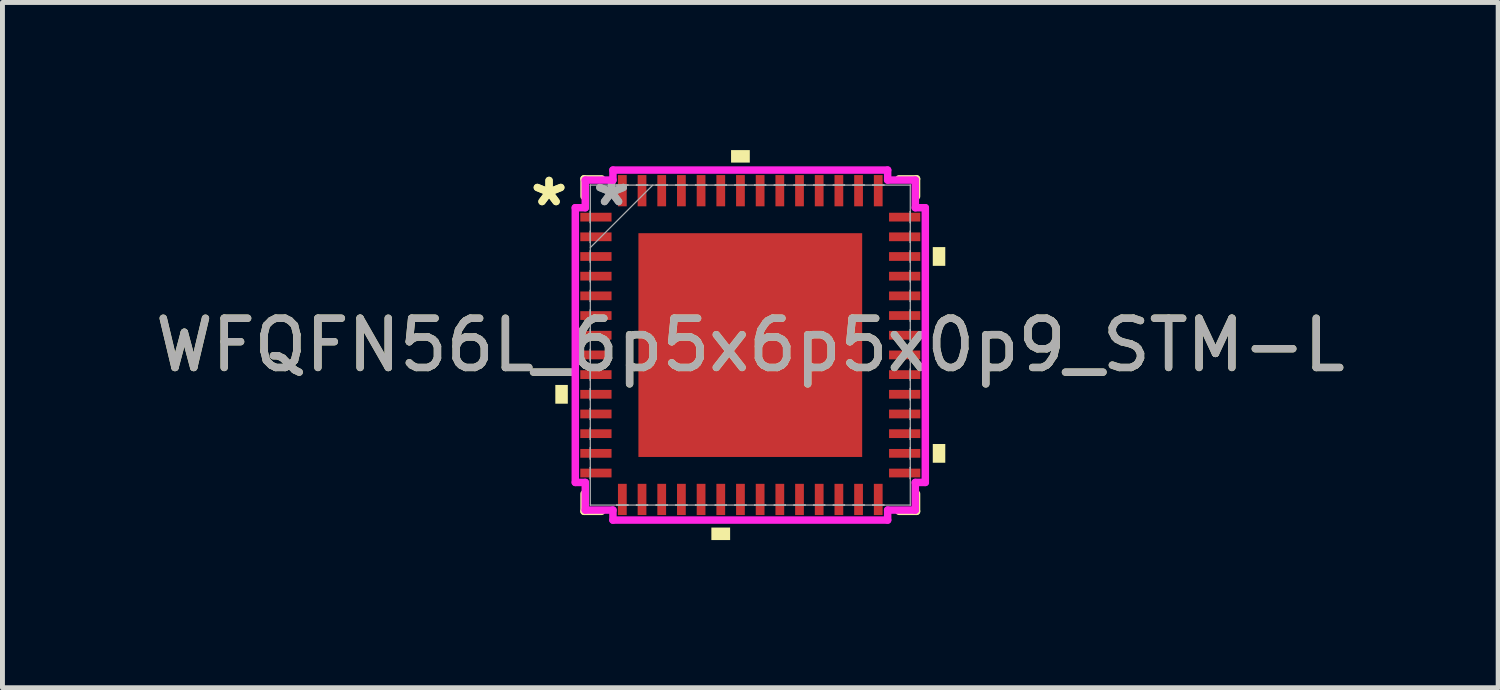
<source format=kicad_pcb>
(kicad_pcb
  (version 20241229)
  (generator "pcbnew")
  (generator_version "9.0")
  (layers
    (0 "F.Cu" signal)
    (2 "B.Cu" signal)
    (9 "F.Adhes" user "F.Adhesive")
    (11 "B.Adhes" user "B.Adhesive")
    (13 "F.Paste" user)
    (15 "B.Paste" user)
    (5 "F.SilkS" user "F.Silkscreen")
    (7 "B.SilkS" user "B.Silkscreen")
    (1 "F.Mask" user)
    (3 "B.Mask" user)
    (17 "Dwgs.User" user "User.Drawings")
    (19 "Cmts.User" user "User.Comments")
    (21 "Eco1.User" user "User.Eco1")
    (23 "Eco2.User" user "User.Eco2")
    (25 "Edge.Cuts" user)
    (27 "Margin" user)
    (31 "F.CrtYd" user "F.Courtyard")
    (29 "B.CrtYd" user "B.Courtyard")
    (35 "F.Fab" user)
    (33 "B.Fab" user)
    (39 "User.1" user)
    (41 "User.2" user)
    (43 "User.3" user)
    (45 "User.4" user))
  (footprint "WFQFN56L_6p5x6p5x0p9_STM-L"
    (layer "F.Cu")
    (at 12.196 3.962)
    (property "Reference" "WFQFN56L_6p5x6p5x0p9_STM-L" (at 0 0 0) (unlocked yes) (layer "F.SilkS") (effects (font (size 1 1) (thickness 0.15))))
    (attr smd)
    (fp_line (start -3.378 -3.378) (end -3.378 -3.022) (stroke (width 0.152) (type solid)) (layer "F.SilkS"))
    (fp_line (start -3.378 3.022) (end -3.378 3.378) (stroke (width 0.152) (type solid)) (layer "F.SilkS"))
    (fp_line (start -3.378 3.378) (end -3.022 3.378) (stroke (width 0.152) (type solid)) (layer "F.SilkS"))
    (fp_line (start -3.022 -3.378) (end -3.378 -3.378) (stroke (width 0.152) (type solid)) (layer "F.SilkS"))
    (fp_line (start 3.022 3.378) (end 3.378 3.378) (stroke (width 0.152) (type solid)) (layer "F.SilkS"))
    (fp_line (start 3.378 -3.378) (end 3.022 -3.378) (stroke (width 0.152) (type solid)) (layer "F.SilkS"))
    (fp_line (start 3.378 -3.022) (end 3.378 -3.378) (stroke (width 0.152) (type solid)) (layer "F.SilkS"))
    (fp_line (start 3.378 3.378) (end 3.378 3.022) (stroke (width 0.152) (type solid)) (layer "F.SilkS"))
    (fp_poly (pts (xy -3.962 0.81) (xy -3.962 1.191) (xy -3.708 1.191) (xy -3.708 0.81)) (stroke (width 0) (type solid)) (fill yes) (layer "F.SilkS"))
    (fp_poly (pts (xy -0.791 3.708) (xy -0.791 3.962) (xy -0.41 3.962) (xy -0.41 3.708)) (stroke (width 0) (type solid)) (fill yes) (layer "F.SilkS"))
    (fp_poly (pts (xy -0.391 -3.708) (xy -0.391 -3.962) (xy -0.01 -3.962) (xy -0.01 -3.708)) (stroke (width 0) (type solid)) (fill yes) (layer "F.SilkS"))
    (fp_poly (pts (xy 3.962 -1.991) (xy 3.962 -1.61) (xy 3.708 -1.61) (xy 3.708 -1.991)) (stroke (width 0) (type solid)) (fill yes) (layer "F.SilkS"))
    (fp_poly (pts (xy 3.962 2.01) (xy 3.962 2.391) (xy 3.708 2.391) (xy 3.708 2.01)) (stroke (width 0) (type solid)) (fill yes) (layer "F.SilkS"))
    (fp_poly (pts (xy -2.173 -2.173) (xy -2.173 -0.858) (xy -0.858 -0.858) (xy -0.858 -2.173)) (stroke (width 0) (type solid)) (fill yes) (layer "F.Paste"))
    (fp_poly (pts (xy -2.173 -0.658) (xy -2.173 0.658) (xy -0.858 0.658) (xy -0.858 -0.658)) (stroke (width 0) (type solid)) (fill yes) (layer "F.Paste"))
    (fp_poly (pts (xy -2.173 0.858) (xy -2.173 2.173) (xy -0.858 2.173) (xy -0.858 0.858)) (stroke (width 0) (type solid)) (fill yes) (layer "F.Paste"))
    (fp_poly (pts (xy -0.658 -2.173) (xy -0.658 -0.858) (xy 0.658 -0.858) (xy 0.658 -2.173)) (stroke (width 0) (type solid)) (fill yes) (layer "F.Paste"))
    (fp_poly (pts (xy -0.658 -0.658) (xy -0.658 0.658) (xy 0.658 0.658) (xy 0.658 -0.658)) (stroke (width 0) (type solid)) (fill yes) (layer "F.Paste"))
    (fp_poly (pts (xy -0.658 0.858) (xy -0.658 2.173) (xy 0.658 2.173) (xy 0.658 0.858)) (stroke (width 0) (type solid)) (fill yes) (layer "F.Paste"))
    (fp_poly (pts (xy 0.858 -2.173) (xy 0.858 -0.858) (xy 2.173 -0.858) (xy 2.173 -2.173)) (stroke (width 0) (type solid)) (fill yes) (layer "F.Paste"))
    (fp_poly (pts (xy 0.858 -0.658) (xy 0.858 0.658) (xy 2.173 0.658) (xy 2.173 -0.658)) (stroke (width 0) (type solid)) (fill yes) (layer "F.Paste"))
    (fp_poly (pts (xy 0.858 0.858) (xy 0.858 2.173) (xy 2.173 2.173) (xy 2.173 0.858)) (stroke (width 0) (type solid)) (fill yes) (layer "F.Paste"))
    (fp_line (start -3.556 -2.791) (end -3.353 -2.791) (stroke (width 0.152) (type solid)) (layer "F.CrtYd"))
    (fp_line (start -3.556 2.791) (end -3.556 -2.791) (stroke (width 0.152) (type solid)) (layer "F.CrtYd"))
    (fp_line (start -3.353 -3.353) (end -2.791 -3.353) (stroke (width 0.152) (type solid)) (layer "F.CrtYd"))
    (fp_line (start -3.353 -2.791) (end -3.353 -3.353) (stroke (width 0.152) (type solid)) (layer "F.CrtYd"))
    (fp_line (start -3.353 2.791) (end -3.556 2.791) (stroke (width 0.152) (type solid)) (layer "F.CrtYd"))
    (fp_line (start -3.353 3.353) (end -3.353 2.791) (stroke (width 0.152) (type solid)) (layer "F.CrtYd"))
    (fp_line (start -2.791 -3.556) (end 2.791 -3.556) (stroke (width 0.152) (type solid)) (layer "F.CrtYd"))
    (fp_line (start -2.791 -3.353) (end -2.791 -3.556) (stroke (width 0.152) (type solid)) (layer "F.CrtYd"))
    (fp_line (start -2.791 3.353) (end -3.353 3.353) (stroke (width 0.152) (type solid)) (layer "F.CrtYd"))
    (fp_line (start -2.791 3.556) (end -2.791 3.353) (stroke (width 0.152) (type solid)) (layer "F.CrtYd"))
    (fp_line (start 2.791 -3.556) (end 2.791 -3.353) (stroke (width 0.152) (type solid)) (layer "F.CrtYd"))
    (fp_line (start 2.791 -3.353) (end 3.353 -3.353) (stroke (width 0.152) (type solid)) (layer "F.CrtYd"))
    (fp_line (start 2.791 3.353) (end 2.791 3.556) (stroke (width 0.152) (type solid)) (layer "F.CrtYd"))
    (fp_line (start 2.791 3.556) (end -2.791 3.556) (stroke (width 0.152) (type solid)) (layer "F.CrtYd"))
    (fp_line (start 3.353 -3.353) (end 3.353 -2.791) (stroke (width 0.152) (type solid)) (layer "F.CrtYd"))
    (fp_line (start 3.353 -2.791) (end 3.556 -2.791) (stroke (width 0.152) (type solid)) (layer "F.CrtYd"))
    (fp_line (start 3.353 2.791) (end 3.353 3.353) (stroke (width 0.152) (type solid)) (layer "F.CrtYd"))
    (fp_line (start 3.353 3.353) (end 2.791 3.353) (stroke (width 0.152) (type solid)) (layer "F.CrtYd"))
    (fp_line (start 3.556 -2.791) (end 3.556 2.791) (stroke (width 0.152) (type solid)) (layer "F.CrtYd"))
    (fp_line (start 3.556 2.791) (end 3.353 2.791) (stroke (width 0.152) (type solid)) (layer "F.CrtYd"))
    (fp_line (start -3.251 -3.251) (end -3.251 -3.251) (stroke (width 0.025) (type solid)) (layer "F.Fab"))
    (fp_line (start -3.251 -3.251) (end -3.251 3.251) (stroke (width 0.025) (type solid)) (layer "F.Fab"))
    (fp_line (start -3.251 -2.715) (end -3.251 -2.715) (stroke (width 0.025) (type solid)) (layer "F.Fab"))
    (fp_line (start -3.251 -2.715) (end -3.251 -2.486) (stroke (width 0.025) (type solid)) (layer "F.Fab"))
    (fp_line (start -3.251 -2.486) (end -3.251 -2.715) (stroke (width 0.025) (type solid)) (layer "F.Fab"))
    (fp_line (start -3.251 -2.486) (end -3.251 -2.486) (stroke (width 0.025) (type solid)) (layer "F.Fab"))
    (fp_line (start -3.251 -2.315) (end -3.251 -2.315) (stroke (width 0.025) (type solid)) (layer "F.Fab"))
    (fp_line (start -3.251 -2.315) (end -3.251 -2.086) (stroke (width 0.025) (type solid)) (layer "F.Fab"))
    (fp_line (start -3.251 -2.086) (end -3.251 -2.315) (stroke (width 0.025) (type solid)) (layer "F.Fab"))
    (fp_line (start -3.251 -2.086) (end -3.251 -2.086) (stroke (width 0.025) (type solid)) (layer "F.Fab"))
    (fp_line (start -3.251 -1.981) (end -1.981 -3.251) (stroke (width 0.025) (type solid)) (layer "F.Fab"))
    (fp_line (start -3.251 -1.915) (end -3.251 -1.915) (stroke (width 0.025) (type solid)) (layer "F.Fab"))
    (fp_line (start -3.251 -1.915) (end -3.251 -1.686) (stroke (width 0.025) (type solid)) (layer "F.Fab"))
    (fp_line (start -3.251 -1.686) (end -3.251 -1.915) (stroke (width 0.025) (type solid)) (layer "F.Fab"))
    (fp_line (start -3.251 -1.686) (end -3.251 -1.686) (stroke (width 0.025) (type solid)) (layer "F.Fab"))
    (fp_line (start -3.251 -1.514) (end -3.251 -1.514) (stroke (width 0.025) (type solid)) (layer "F.Fab"))
    (fp_line (start -3.251 -1.514) (end -3.251 -1.286) (stroke (width 0.025) (type solid)) (layer "F.Fab"))
    (fp_line (start -3.251 -1.286) (end -3.251 -1.514) (stroke (width 0.025) (type solid)) (layer "F.Fab"))
    (fp_line (start -3.251 -1.286) (end -3.251 -1.286) (stroke (width 0.025) (type solid)) (layer "F.Fab"))
    (fp_line (start -3.251 -1.114) (end -3.251 -1.114) (stroke (width 0.025) (type solid)) (layer "F.Fab"))
    (fp_line (start -3.251 -1.114) (end -3.251 -0.886) (stroke (width 0.025) (type solid)) (layer "F.Fab"))
    (fp_line (start -3.251 -0.886) (end -3.251 -1.114) (stroke (width 0.025) (type solid)) (layer "F.Fab"))
    (fp_line (start -3.251 -0.886) (end -3.251 -0.886) (stroke (width 0.025) (type solid)) (layer "F.Fab"))
    (fp_line (start -3.251 -0.714) (end -3.251 -0.714) (stroke (width 0.025) (type solid)) (layer "F.Fab"))
    (fp_line (start -3.251 -0.714) (end -3.251 -0.486) (stroke (width 0.025) (type solid)) (layer "F.Fab"))
    (fp_line (start -3.251 -0.486) (end -3.251 -0.714) (stroke (width 0.025) (type solid)) (layer "F.Fab"))
    (fp_line (start -3.251 -0.486) (end -3.251 -0.486) (stroke (width 0.025) (type solid)) (layer "F.Fab"))
    (fp_line (start -3.251 -0.314) (end -3.251 -0.314) (stroke (width 0.025) (type solid)) (layer "F.Fab"))
    (fp_line (start -3.251 -0.314) (end -3.251 -0.086) (stroke (width 0.025) (type solid)) (layer "F.Fab"))
    (fp_line (start -3.251 -0.086) (end -3.251 -0.314) (stroke (width 0.025) (type solid)) (layer "F.Fab"))
    (fp_line (start -3.251 -0.086) (end -3.251 -0.086) (stroke (width 0.025) (type solid)) (layer "F.Fab"))
    (fp_line (start -3.251 0.086) (end -3.251 0.086) (stroke (width 0.025) (type solid)) (layer "F.Fab"))
    (fp_line (start -3.251 0.086) (end -3.251 0.314) (stroke (width 0.025) (type solid)) (layer "F.Fab"))
    (fp_line (start -3.251 0.314) (end -3.251 0.086) (stroke (width 0.025) (type solid)) (layer "F.Fab"))
    (fp_line (start -3.251 0.314) (end -3.251 0.314) (stroke (width 0.025) (type solid)) (layer "F.Fab"))
    (fp_line (start -3.251 0.486) (end -3.251 0.486) (stroke (width 0.025) (type solid)) (layer "F.Fab"))
    (fp_line (start -3.251 0.486) (end -3.251 0.714) (stroke (width 0.025) (type solid)) (layer "F.Fab"))
    (fp_line (start -3.251 0.714) (end -3.251 0.486) (stroke (width 0.025) (type solid)) (layer "F.Fab"))
    (fp_line (start -3.251 0.714) (end -3.251 0.714) (stroke (width 0.025) (type solid)) (layer "F.Fab"))
    (fp_line (start -3.251 0.886) (end -3.251 0.886) (stroke (width 0.025) (type solid)) (layer "F.Fab"))
    (fp_line (start -3.251 0.886) (end -3.251 1.114) (stroke (width 0.025) (type solid)) (layer "F.Fab"))
    (fp_line (start -3.251 1.114) (end -3.251 0.886) (stroke (width 0.025) (type solid)) (layer "F.Fab"))
    (fp_line (start -3.251 1.114) (end -3.251 1.114) (stroke (width 0.025) (type solid)) (layer "F.Fab"))
    (fp_line (start -3.251 1.286) (end -3.251 1.286) (stroke (width 0.025) (type solid)) (layer "F.Fab"))
    (fp_line (start -3.251 1.286) (end -3.251 1.514) (stroke (width 0.025) (type solid)) (layer "F.Fab"))
    (fp_line (start -3.251 1.514) (end -3.251 1.286) (stroke (width 0.025) (type solid)) (layer "F.Fab"))
    (fp_line (start -3.251 1.514) (end -3.251 1.514) (stroke (width 0.025) (type solid)) (layer "F.Fab"))
    (fp_line (start -3.251 1.686) (end -3.251 1.686) (stroke (width 0.025) (type solid)) (layer "F.Fab"))
    (fp_line (start -3.251 1.686) (end -3.251 1.915) (stroke (width 0.025) (type solid)) (layer "F.Fab"))
    (fp_line (start -3.251 1.915) (end -3.251 1.686) (stroke (width 0.025) (type solid)) (layer "F.Fab"))
    (fp_line (start -3.251 1.915) (end -3.251 1.915) (stroke (width 0.025) (type solid)) (layer "F.Fab"))
    (fp_line (start -3.251 2.086) (end -3.251 2.086) (stroke (width 0.025) (type solid)) (layer "F.Fab"))
    (fp_line (start -3.251 2.086) (end -3.251 2.315) (stroke (width 0.025) (type solid)) (layer "F.Fab"))
    (fp_line (start -3.251 2.315) (end -3.251 2.086) (stroke (width 0.025) (type solid)) (layer "F.Fab"))
    (fp_line (start -3.251 2.315) (end -3.251 2.315) (stroke (width 0.025) (type solid)) (layer "F.Fab"))
    (fp_line (start -3.251 2.486) (end -3.251 2.486) (stroke (width 0.025) (type solid)) (layer "F.Fab"))
    (fp_line (start -3.251 2.486) (end -3.251 2.715) (stroke (width 0.025) (type solid)) (layer "F.Fab"))
    (fp_line (start -3.251 2.715) (end -3.251 2.486) (stroke (width 0.025) (type solid)) (layer "F.Fab"))
    (fp_line (start -3.251 2.715) (end -3.251 2.715) (stroke (width 0.025) (type solid)) (layer "F.Fab"))
    (fp_line (start -3.251 3.251) (end -3.251 3.251) (stroke (width 0.025) (type solid)) (layer "F.Fab"))
    (fp_line (start -3.251 3.251) (end 3.251 3.251) (stroke (width 0.025) (type solid)) (layer "F.Fab"))
    (fp_line (start -2.715 -3.251) (end -2.715 -3.251) (stroke (width 0.025) (type solid)) (layer "F.Fab"))
    (fp_line (start -2.715 -3.251) (end -2.486 -3.251) (stroke (width 0.025) (type solid)) (layer "F.Fab"))
    (fp_line (start -2.715 3.251) (end -2.715 3.251) (stroke (width 0.025) (type solid)) (layer "F.Fab"))
    (fp_line (start -2.715 3.251) (end -2.486 3.251) (stroke (width 0.025) (type solid)) (layer "F.Fab"))
    (fp_line (start -2.486 -3.251) (end -2.715 -3.251) (stroke (width 0.025) (type solid)) (layer "F.Fab"))
    (fp_line (start -2.486 -3.251) (end -2.486 -3.251) (stroke (width 0.025) (type solid)) (layer "F.Fab"))
    (fp_line (start -2.486 3.251) (end -2.715 3.251) (stroke (width 0.025) (type solid)) (layer "F.Fab"))
    (fp_line (start -2.486 3.251) (end -2.486 3.251) (stroke (width 0.025) (type solid)) (layer "F.Fab"))
    (fp_line (start -2.315 -3.251) (end -2.315 -3.251) (stroke (width 0.025) (type solid)) (layer "F.Fab"))
    (fp_line (start -2.315 -3.251) (end -2.086 -3.251) (stroke (width 0.025) (type solid)) (layer "F.Fab"))
    (fp_line (start -2.315 3.251) (end -2.315 3.251) (stroke (width 0.025) (type solid)) (layer "F.Fab"))
    (fp_line (start -2.315 3.251) (end -2.086 3.251) (stroke (width 0.025) (type solid)) (layer "F.Fab"))
    (fp_line (start -2.086 -3.251) (end -2.315 -3.251) (stroke (width 0.025) (type solid)) (layer "F.Fab"))
    (fp_line (start -2.086 -3.251) (end -2.086 -3.251) (stroke (width 0.025) (type solid)) (layer "F.Fab"))
    (fp_line (start -2.086 3.251) (end -2.315 3.251) (stroke (width 0.025) (type solid)) (layer "F.Fab"))
    (fp_line (start -2.086 3.251) (end -2.086 3.251) (stroke (width 0.025) (type solid)) (layer "F.Fab"))
    (fp_line (start -1.915 -3.251) (end -1.915 -3.251) (stroke (width 0.025) (type solid)) (layer "F.Fab"))
    (fp_line (start -1.915 -3.251) (end -1.686 -3.251) (stroke (width 0.025) (type solid)) (layer "F.Fab"))
    (fp_line (start -1.915 3.251) (end -1.915 3.251) (stroke (width 0.025) (type solid)) (layer "F.Fab"))
    (fp_line (start -1.915 3.251) (end -1.686 3.251) (stroke (width 0.025) (type solid)) (layer "F.Fab"))
    (fp_line (start -1.686 -3.251) (end -1.915 -3.251) (stroke (width 0.025) (type solid)) (layer "F.Fab"))
    (fp_line (start -1.686 -3.251) (end -1.686 -3.251) (stroke (width 0.025) (type solid)) (layer "F.Fab"))
    (fp_line (start -1.686 3.251) (end -1.915 3.251) (stroke (width 0.025) (type solid)) (layer "F.Fab"))
    (fp_line (start -1.686 3.251) (end -1.686 3.251) (stroke (width 0.025) (type solid)) (layer "F.Fab"))
    (fp_line (start -1.514 -3.251) (end -1.514 -3.251) (stroke (width 0.025) (type solid)) (layer "F.Fab"))
    (fp_line (start -1.514 -3.251) (end -1.286 -3.251) (stroke (width 0.025) (type solid)) (layer "F.Fab"))
    (fp_line (start -1.514 3.251) (end -1.514 3.251) (stroke (width 0.025) (type solid)) (layer "F.Fab"))
    (fp_line (start -1.514 3.251) (end -1.286 3.251) (stroke (width 0.025) (type solid)) (layer "F.Fab"))
    (fp_line (start -1.286 -3.251) (end -1.514 -3.251) (stroke (width 0.025) (type solid)) (layer "F.Fab"))
    (fp_line (start -1.286 -3.251) (end -1.286 -3.251) (stroke (width 0.025) (type solid)) (layer "F.Fab"))
    (fp_line (start -1.286 3.251) (end -1.514 3.251) (stroke (width 0.025) (type solid)) (layer "F.Fab"))
    (fp_line (start -1.286 3.251) (end -1.286 3.251) (stroke (width 0.025) (type solid)) (layer "F.Fab"))
    (fp_line (start -1.114 -3.251) (end -1.114 -3.251) (stroke (width 0.025) (type solid)) (layer "F.Fab"))
    (fp_line (start -1.114 -3.251) (end -0.886 -3.251) (stroke (width 0.025) (type solid)) (layer "F.Fab"))
    (fp_line (start -1.114 3.251) (end -1.114 3.251) (stroke (width 0.025) (type solid)) (layer "F.Fab"))
    (fp_line (start -1.114 3.251) (end -0.886 3.251) (stroke (width 0.025) (type solid)) (layer "F.Fab"))
    (fp_line (start -0.886 -3.251) (end -1.114 -3.251) (stroke (width 0.025) (type solid)) (layer "F.Fab"))
    (fp_line (start -0.886 -3.251) (end -0.886 -3.251) (stroke (width 0.025) (type solid)) (layer "F.Fab"))
    (fp_line (start -0.886 3.251) (end -1.114 3.251) (stroke (width 0.025) (type solid)) (layer "F.Fab"))
    (fp_line (start -0.886 3.251) (end -0.886 3.251) (stroke (width 0.025) (type solid)) (layer "F.Fab"))
    (fp_line (start -0.714 -3.251) (end -0.714 -3.251) (stroke (width 0.025) (type solid)) (layer "F.Fab"))
    (fp_line (start -0.714 -3.251) (end -0.486 -3.251) (stroke (width 0.025) (type solid)) (layer "F.Fab"))
    (fp_line (start -0.714 3.251) (end -0.714 3.251) (stroke (width 0.025) (type solid)) (layer "F.Fab"))
    (fp_line (start -0.714 3.251) (end -0.486 3.251) (stroke (width 0.025) (type solid)) (layer "F.Fab"))
    (fp_line (start -0.486 -3.251) (end -0.714 -3.251) (stroke (width 0.025) (type solid)) (layer "F.Fab"))
    (fp_line (start -0.486 -3.251) (end -0.486 -3.251) (stroke (width 0.025) (type solid)) (layer "F.Fab"))
    (fp_line (start -0.486 3.251) (end -0.714 3.251) (stroke (width 0.025) (type solid)) (layer "F.Fab"))
    (fp_line (start -0.486 3.251) (end -0.486 3.251) (stroke (width 0.025) (type solid)) (layer "F.Fab"))
    (fp_line (start -0.314 -3.251) (end -0.314 -3.251) (stroke (width 0.025) (type solid)) (layer "F.Fab"))
    (fp_line (start -0.314 -3.251) (end -0.086 -3.251) (stroke (width 0.025) (type solid)) (layer "F.Fab"))
    (fp_line (start -0.314 3.251) (end -0.314 3.251) (stroke (width 0.025) (type solid)) (layer "F.Fab"))
    (fp_line (start -0.314 3.251) (end -0.086 3.251) (stroke (width 0.025) (type solid)) (layer "F.Fab"))
    (fp_line (start -0.086 -3.251) (end -0.314 -3.251) (stroke (width 0.025) (type solid)) (layer "F.Fab"))
    (fp_line (start -0.086 -3.251) (end -0.086 -3.251) (stroke (width 0.025) (type solid)) (layer "F.Fab"))
    (fp_line (start -0.086 3.251) (end -0.314 3.251) (stroke (width 0.025) (type solid)) (layer "F.Fab"))
    (fp_line (start -0.086 3.251) (end -0.086 3.251) (stroke (width 0.025) (type solid)) (layer "F.Fab"))
    (fp_line (start 0.086 -3.251) (end 0.086 -3.251) (stroke (width 0.025) (type solid)) (layer "F.Fab"))
    (fp_line (start 0.086 -3.251) (end 0.314 -3.251) (stroke (width 0.025) (type solid)) (layer "F.Fab"))
    (fp_line (start 0.086 3.251) (end 0.086 3.251) (stroke (width 0.025) (type solid)) (layer "F.Fab"))
    (fp_line (start 0.086 3.251) (end 0.314 3.251) (stroke (width 0.025) (type solid)) (layer "F.Fab"))
    (fp_line (start 0.314 -3.251) (end 0.086 -3.251) (stroke (width 0.025) (type solid)) (layer "F.Fab"))
    (fp_line (start 0.314 -3.251) (end 0.314 -3.251) (stroke (width 0.025) (type solid)) (layer "F.Fab"))
    (fp_line (start 0.314 3.251) (end 0.086 3.251) (stroke (width 0.025) (type solid)) (layer "F.Fab"))
    (fp_line (start 0.314 3.251) (end 0.314 3.251) (stroke (width 0.025) (type solid)) (layer "F.Fab"))
    (fp_line (start 0.486 -3.251) (end 0.486 -3.251) (stroke (width 0.025) (type solid)) (layer "F.Fab"))
    (fp_line (start 0.486 -3.251) (end 0.714 -3.251) (stroke (width 0.025) (type solid)) (layer "F.Fab"))
    (fp_line (start 0.486 3.251) (end 0.486 3.251) (stroke (width 0.025) (type solid)) (layer "F.Fab"))
    (fp_line (start 0.486 3.251) (end 0.714 3.251) (stroke (width 0.025) (type solid)) (layer "F.Fab"))
    (fp_line (start 0.714 -3.251) (end 0.486 -3.251) (stroke (width 0.025) (type solid)) (layer "F.Fab"))
    (fp_line (start 0.714 -3.251) (end 0.714 -3.251) (stroke (width 0.025) (type solid)) (layer "F.Fab"))
    (fp_line (start 0.714 3.251) (end 0.486 3.251) (stroke (width 0.025) (type solid)) (layer "F.Fab"))
    (fp_line (start 0.714 3.251) (end 0.714 3.251) (stroke (width 0.025) (type solid)) (layer "F.Fab"))
    (fp_line (start 0.886 -3.251) (end 0.886 -3.251) (stroke (width 0.025) (type solid)) (layer "F.Fab"))
    (fp_line (start 0.886 -3.251) (end 1.114 -3.251) (stroke (width 0.025) (type solid)) (layer "F.Fab"))
    (fp_line (start 0.886 3.251) (end 0.886 3.251) (stroke (width 0.025) (type solid)) (layer "F.Fab"))
    (fp_line (start 0.886 3.251) (end 1.114 3.251) (stroke (width 0.025) (type solid)) (layer "F.Fab"))
    (fp_line (start 1.114 -3.251) (end 0.886 -3.251) (stroke (width 0.025) (type solid)) (layer "F.Fab"))
    (fp_line (start 1.114 -3.251) (end 1.114 -3.251) (stroke (width 0.025) (type solid)) (layer "F.Fab"))
    (fp_line (start 1.114 3.251) (end 0.886 3.251) (stroke (width 0.025) (type solid)) (layer "F.Fab"))
    (fp_line (start 1.114 3.251) (end 1.114 3.251) (stroke (width 0.025) (type solid)) (layer "F.Fab"))
    (fp_line (start 1.286 -3.251) (end 1.286 -3.251) (stroke (width 0.025) (type solid)) (layer "F.Fab"))
    (fp_line (start 1.286 -3.251) (end 1.514 -3.251) (stroke (width 0.025) (type solid)) (layer "F.Fab"))
    (fp_line (start 1.286 3.251) (end 1.286 3.251) (stroke (width 0.025) (type solid)) (layer "F.Fab"))
    (fp_line (start 1.286 3.251) (end 1.514 3.251) (stroke (width 0.025) (type solid)) (layer "F.Fab"))
    (fp_line (start 1.514 -3.251) (end 1.286 -3.251) (stroke (width 0.025) (type solid)) (layer "F.Fab"))
    (fp_line (start 1.514 -3.251) (end 1.514 -3.251) (stroke (width 0.025) (type solid)) (layer "F.Fab"))
    (fp_line (start 1.514 3.251) (end 1.286 3.251) (stroke (width 0.025) (type solid)) (layer "F.Fab"))
    (fp_line (start 1.514 3.251) (end 1.514 3.251) (stroke (width 0.025) (type solid)) (layer "F.Fab"))
    (fp_line (start 1.686 -3.251) (end 1.686 -3.251) (stroke (width 0.025) (type solid)) (layer "F.Fab"))
    (fp_line (start 1.686 -3.251) (end 1.915 -3.251) (stroke (width 0.025) (type solid)) (layer "F.Fab"))
    (fp_line (start 1.686 3.251) (end 1.686 3.251) (stroke (width 0.025) (type solid)) (layer "F.Fab"))
    (fp_line (start 1.686 3.251) (end 1.915 3.251) (stroke (width 0.025) (type solid)) (layer "F.Fab"))
    (fp_line (start 1.915 -3.251) (end 1.686 -3.251) (stroke (width 0.025) (type solid)) (layer "F.Fab"))
    (fp_line (start 1.915 -3.251) (end 1.915 -3.251) (stroke (width 0.025) (type solid)) (layer "F.Fab"))
    (fp_line (start 1.915 3.251) (end 1.686 3.251) (stroke (width 0.025) (type solid)) (layer "F.Fab"))
    (fp_line (start 1.915 3.251) (end 1.915 3.251) (stroke (width 0.025) (type solid)) (layer "F.Fab"))
    (fp_line (start 2.086 -3.251) (end 2.086 -3.251) (stroke (width 0.025) (type solid)) (layer "F.Fab"))
    (fp_line (start 2.086 -3.251) (end 2.315 -3.251) (stroke (width 0.025) (type solid)) (layer "F.Fab"))
    (fp_line (start 2.086 3.251) (end 2.086 3.251) (stroke (width 0.025) (type solid)) (layer "F.Fab"))
    (fp_line (start 2.086 3.251) (end 2.315 3.251) (stroke (width 0.025) (type solid)) (layer "F.Fab"))
    (fp_line (start 2.315 -3.251) (end 2.086 -3.251) (stroke (width 0.025) (type solid)) (layer "F.Fab"))
    (fp_line (start 2.315 -3.251) (end 2.315 -3.251) (stroke (width 0.025) (type solid)) (layer "F.Fab"))
    (fp_line (start 2.315 3.251) (end 2.086 3.251) (stroke (width 0.025) (type solid)) (layer "F.Fab"))
    (fp_line (start 2.315 3.251) (end 2.315 3.251) (stroke (width 0.025) (type solid)) (layer "F.Fab"))
    (fp_line (start 2.486 -3.251) (end 2.486 -3.251) (stroke (width 0.025) (type solid)) (layer "F.Fab"))
    (fp_line (start 2.486 -3.251) (end 2.715 -3.251) (stroke (width 0.025) (type solid)) (layer "F.Fab"))
    (fp_line (start 2.486 3.251) (end 2.486 3.251) (stroke (width 0.025) (type solid)) (layer "F.Fab"))
    (fp_line (start 2.486 3.251) (end 2.715 3.251) (stroke (width 0.025) (type solid)) (layer "F.Fab"))
    (fp_line (start 2.715 -3.251) (end 2.486 -3.251) (stroke (width 0.025) (type solid)) (layer "F.Fab"))
    (fp_line (start 2.715 -3.251) (end 2.715 -3.251) (stroke (width 0.025) (type solid)) (layer "F.Fab"))
    (fp_line (start 2.715 3.251) (end 2.486 3.251) (stroke (width 0.025) (type solid)) (layer "F.Fab"))
    (fp_line (start 2.715 3.251) (end 2.715 3.251) (stroke (width 0.025) (type solid)) (layer "F.Fab"))
    (fp_line (start 3.251 -3.251) (end -3.251 -3.251) (stroke (width 0.025) (type solid)) (layer "F.Fab"))
    (fp_line (start 3.251 -3.251) (end 3.251 -3.251) (stroke (width 0.025) (type solid)) (layer "F.Fab"))
    (fp_line (start 3.251 -2.715) (end 3.251 -2.715) (stroke (width 0.025) (type solid)) (layer "F.Fab"))
    (fp_line (start 3.251 -2.715) (end 3.251 -2.486) (stroke (width 0.025) (type solid)) (layer "F.Fab"))
    (fp_line (start 3.251 -2.486) (end 3.251 -2.715) (stroke (width 0.025) (type solid)) (layer "F.Fab"))
    (fp_line (start 3.251 -2.486) (end 3.251 -2.486) (stroke (width 0.025) (type solid)) (layer "F.Fab"))
    (fp_line (start 3.251 -2.315) (end 3.251 -2.315) (stroke (width 0.025) (type solid)) (layer "F.Fab"))
    (fp_line (start 3.251 -2.315) (end 3.251 -2.086) (stroke (width 0.025) (type solid)) (layer "F.Fab"))
    (fp_line (start 3.251 -2.086) (end 3.251 -2.315) (stroke (width 0.025) (type solid)) (layer "F.Fab"))
    (fp_line (start 3.251 -2.086) (end 3.251 -2.086) (stroke (width 0.025) (type solid)) (layer "F.Fab"))
    (fp_line (start 3.251 -1.915) (end 3.251 -1.915) (stroke (width 0.025) (type solid)) (layer "F.Fab"))
    (fp_line (start 3.251 -1.915) (end 3.251 -1.686) (stroke (width 0.025) (type solid)) (layer "F.Fab"))
    (fp_line (start 3.251 -1.686) (end 3.251 -1.915) (stroke (width 0.025) (type solid)) (layer "F.Fab"))
    (fp_line (start 3.251 -1.686) (end 3.251 -1.686) (stroke (width 0.025) (type solid)) (layer "F.Fab"))
    (fp_line (start 3.251 -1.514) (end 3.251 -1.514) (stroke (width 0.025) (type solid)) (layer "F.Fab"))
    (fp_line (start 3.251 -1.514) (end 3.251 -1.286) (stroke (width 0.025) (type solid)) (layer "F.Fab"))
    (fp_line (start 3.251 -1.286) (end 3.251 -1.514) (stroke (width 0.025) (type solid)) (layer "F.Fab"))
    (fp_line (start 3.251 -1.286) (end 3.251 -1.286) (stroke (width 0.025) (type solid)) (layer "F.Fab"))
    (fp_line (start 3.251 -1.114) (end 3.251 -1.114) (stroke (width 0.025) (type solid)) (layer "F.Fab"))
    (fp_line (start 3.251 -1.114) (end 3.251 -0.886) (stroke (width 0.025) (type solid)) (layer "F.Fab"))
    (fp_line (start 3.251 -0.886) (end 3.251 -1.114) (stroke (width 0.025) (type solid)) (layer "F.Fab"))
    (fp_line (start 3.251 -0.886) (end 3.251 -0.886) (stroke (width 0.025) (type solid)) (layer "F.Fab"))
    (fp_line (start 3.251 -0.714) (end 3.251 -0.714) (stroke (width 0.025) (type solid)) (layer "F.Fab"))
    (fp_line (start 3.251 -0.714) (end 3.251 -0.486) (stroke (width 0.025) (type solid)) (layer "F.Fab"))
    (fp_line (start 3.251 -0.486) (end 3.251 -0.714) (stroke (width 0.025) (type solid)) (layer "F.Fab"))
    (fp_line (start 3.251 -0.486) (end 3.251 -0.486) (stroke (width 0.025) (type solid)) (layer "F.Fab"))
    (fp_line (start 3.251 -0.314) (end 3.251 -0.314) (stroke (width 0.025) (type solid)) (layer "F.Fab"))
    (fp_line (start 3.251 -0.314) (end 3.251 -0.086) (stroke (width 0.025) (type solid)) (layer "F.Fab"))
    (fp_line (start 3.251 -0.086) (end 3.251 -0.314) (stroke (width 0.025) (type solid)) (layer "F.Fab"))
    (fp_line (start 3.251 -0.086) (end 3.251 -0.086) (stroke (width 0.025) (type solid)) (layer "F.Fab"))
    (fp_line (start 3.251 0.086) (end 3.251 0.086) (stroke (width 0.025) (type solid)) (layer "F.Fab"))
    (fp_line (start 3.251 0.086) (end 3.251 0.314) (stroke (width 0.025) (type solid)) (layer "F.Fab"))
    (fp_line (start 3.251 0.314) (end 3.251 0.086) (stroke (width 0.025) (type solid)) (layer "F.Fab"))
    (fp_line (start 3.251 0.314) (end 3.251 0.314) (stroke (width 0.025) (type solid)) (layer "F.Fab"))
    (fp_line (start 3.251 0.486) (end 3.251 0.486) (stroke (width 0.025) (type solid)) (layer "F.Fab"))
    (fp_line (start 3.251 0.486) (end 3.251 0.714) (stroke (width 0.025) (type solid)) (layer "F.Fab"))
    (fp_line (start 3.251 0.714) (end 3.251 0.486) (stroke (width 0.025) (type solid)) (layer "F.Fab"))
    (fp_line (start 3.251 0.714) (end 3.251 0.714) (stroke (width 0.025) (type solid)) (layer "F.Fab"))
    (fp_line (start 3.251 0.886) (end 3.251 0.886) (stroke (width 0.025) (type solid)) (layer "F.Fab"))
    (fp_line (start 3.251 0.886) (end 3.251 1.114) (stroke (width 0.025) (type solid)) (layer "F.Fab"))
    (fp_line (start 3.251 1.114) (end 3.251 0.886) (stroke (width 0.025) (type solid)) (layer "F.Fab"))
    (fp_line (start 3.251 1.114) (end 3.251 1.114) (stroke (width 0.025) (type solid)) (layer "F.Fab"))
    (fp_line (start 3.251 1.286) (end 3.251 1.286) (stroke (width 0.025) (type solid)) (layer "F.Fab"))
    (fp_line (start 3.251 1.286) (end 3.251 1.514) (stroke (width 0.025) (type solid)) (layer "F.Fab"))
    (fp_line (start 3.251 1.514) (end 3.251 1.286) (stroke (width 0.025) (type solid)) (layer "F.Fab"))
    (fp_line (start 3.251 1.514) (end 3.251 1.514) (stroke (width 0.025) (type solid)) (layer "F.Fab"))
    (fp_line (start 3.251 1.686) (end 3.251 1.686) (stroke (width 0.025) (type solid)) (layer "F.Fab"))
    (fp_line (start 3.251 1.686) (end 3.251 1.915) (stroke (width 0.025) (type solid)) (layer "F.Fab"))
    (fp_line (start 3.251 1.915) (end 3.251 1.686) (stroke (width 0.025) (type solid)) (layer "F.Fab"))
    (fp_line (start 3.251 1.915) (end 3.251 1.915) (stroke (width 0.025) (type solid)) (layer "F.Fab"))
    (fp_line (start 3.251 2.086) (end 3.251 2.086) (stroke (width 0.025) (type solid)) (layer "F.Fab"))
    (fp_line (start 3.251 2.086) (end 3.251 2.315) (stroke (width 0.025) (type solid)) (layer "F.Fab"))
    (fp_line (start 3.251 2.315) (end 3.251 2.086) (stroke (width 0.025) (type solid)) (layer "F.Fab"))
    (fp_line (start 3.251 2.315) (end 3.251 2.315) (stroke (width 0.025) (type solid)) (layer "F.Fab"))
    (fp_line (start 3.251 2.486) (end 3.251 2.486) (stroke (width 0.025) (type solid)) (layer "F.Fab"))
    (fp_line (start 3.251 2.486) (end 3.251 2.715) (stroke (width 0.025) (type solid)) (layer "F.Fab"))
    (fp_line (start 3.251 2.715) (end 3.251 2.486) (stroke (width 0.025) (type solid)) (layer "F.Fab"))
    (fp_line (start 3.251 2.715) (end 3.251 2.715) (stroke (width 0.025) (type solid)) (layer "F.Fab"))
    (fp_line (start 3.251 3.251) (end 3.251 -3.251) (stroke (width 0.025) (type solid)) (layer "F.Fab"))
    (fp_line (start 3.251 3.251) (end 3.251 3.251) (stroke (width 0.025) (type solid)) (layer "F.Fab"))
    (fp_text user "*" (at -4.089 -2.8 0) (unlocked yes) (layer "F.SilkS") (effects (font (size 1 1) (thickness 0.15))))
    (fp_text user "*" (at -4.089 -2.8 0) (layer "F.SilkS") (effects (font (size 1 1) (thickness 0.15))))
    (fp_text user "*" (at -2.819 -2.8 0) (unlocked yes) (layer "F.Fab") (effects (font (size 1 1) (thickness 0.15))))
    (fp_text user "*" (at -2.819 -2.8 0) (layer "F.Fab") (effects (font (size 1 1) (thickness 0.15))))
    (fp_text user "${REFERENCE}" (at 0 0 0) (unlocked yes) (layer "F.Fab") (effects (font (size 1 1) (thickness 0.15))))
    (pad "1" smd rect (at -3.137 -2.6 90) (size 0.178 0.635) (layers "F.Cu" "F.Mask" "F.Paste"))
    (pad "2" smd rect (at -3.137 -2.2 90) (size 0.178 0.635) (layers "F.Cu" "F.Mask" "F.Paste"))
    (pad "3" smd rect (at -3.137 -1.8 90) (size 0.178 0.635) (layers "F.Cu" "F.Mask" "F.Paste"))
    (pad "4" smd rect (at -3.137 -1.4 90) (size 0.178 0.635) (layers "F.Cu" "F.Mask" "F.Paste"))
    (pad "5" smd rect (at -3.137 -1 90) (size 0.178 0.635) (layers "F.Cu" "F.Mask" "F.Paste"))
    (pad "6" smd rect (at -3.137 -0.6 90) (size 0.178 0.635) (layers "F.Cu" "F.Mask" "F.Paste"))
    (pad "7" smd rect (at -3.137 -0.2 90) (size 0.178 0.635) (layers "F.Cu" "F.Mask" "F.Paste"))
    (pad "8" smd rect (at -3.137 0.2 90) (size 0.178 0.635) (layers "F.Cu" "F.Mask" "F.Paste"))
    (pad "9" smd rect (at -3.137 0.6 90) (size 0.178 0.635) (layers "F.Cu" "F.Mask" "F.Paste"))
    (pad "10" smd rect (at -3.137 1 90) (size 0.178 0.635) (layers "F.Cu" "F.Mask" "F.Paste"))
    (pad "11" smd rect (at -3.137 1.4 90) (size 0.178 0.635) (layers "F.Cu" "F.Mask" "F.Paste"))
    (pad "12" smd rect (at -3.137 1.8 90) (size 0.178 0.635) (layers "F.Cu" "F.Mask" "F.Paste"))
    (pad "13" smd rect (at -3.137 2.2 90) (size 0.178 0.635) (layers "F.Cu" "F.Mask" "F.Paste"))
    (pad "14" smd rect (at -3.137 2.6 90) (size 0.178 0.635) (layers "F.Cu" "F.Mask" "F.Paste"))
    (pad "15" smd rect (at -2.6 3.137) (size 0.178 0.635) (layers "F.Cu" "F.Mask" "F.Paste"))
    (pad "16" smd rect (at -2.2 3.137) (size 0.178 0.635) (layers "F.Cu" "F.Mask" "F.Paste"))
    (pad "17" smd rect (at -1.8 3.137) (size 0.178 0.635) (layers "F.Cu" "F.Mask" "F.Paste"))
    (pad "18" smd rect (at -1.4 3.137) (size 0.178 0.635) (layers "F.Cu" "F.Mask" "F.Paste"))
    (pad "19" smd rect (at -1 3.137) (size 0.178 0.635) (layers "F.Cu" "F.Mask" "F.Paste"))
    (pad "20" smd rect (at -0.6 3.137) (size 0.178 0.635) (layers "F.Cu" "F.Mask" "F.Paste"))
    (pad "21" smd rect (at -0.2 3.137) (size 0.178 0.635) (layers "F.Cu" "F.Mask" "F.Paste"))
    (pad "22" smd rect (at 0.2 3.137) (size 0.178 0.635) (layers "F.Cu" "F.Mask" "F.Paste"))
    (pad "23" smd rect (at 0.6 3.137) (size 0.178 0.635) (layers "F.Cu" "F.Mask" "F.Paste"))
    (pad "24" smd rect (at 1 3.137) (size 0.178 0.635) (layers "F.Cu" "F.Mask" "F.Paste"))
    (pad "25" smd rect (at 1.4 3.137) (size 0.178 0.635) (layers "F.Cu" "F.Mask" "F.Paste"))
    (pad "26" smd rect (at 1.8 3.137) (size 0.178 0.635) (layers "F.Cu" "F.Mask" "F.Paste"))
    (pad "27" smd rect (at 2.2 3.137) (size 0.178 0.635) (layers "F.Cu" "F.Mask" "F.Paste"))
    (pad "28" smd rect (at 2.6 3.137) (size 0.178 0.635) (layers "F.Cu" "F.Mask" "F.Paste"))
    (pad "29" smd rect (at 3.137 2.6 90) (size 0.178 0.635) (layers "F.Cu" "F.Mask" "F.Paste"))
    (pad "30" smd rect (at 3.137 2.2 90) (size 0.178 0.635) (layers "F.Cu" "F.Mask" "F.Paste"))
    (pad "31" smd rect (at 3.137 1.8 90) (size 0.178 0.635) (layers "F.Cu" "F.Mask" "F.Paste"))
    (pad "32" smd rect (at 3.137 1.4 90) (size 0.178 0.635) (layers "F.Cu" "F.Mask" "F.Paste"))
    (pad "33" smd rect (at 3.137 1 90) (size 0.178 0.635) (layers "F.Cu" "F.Mask" "F.Paste"))
    (pad "34" smd rect (at 3.137 0.6 90) (size 0.178 0.635) (layers "F.Cu" "F.Mask" "F.Paste"))
    (pad "35" smd rect (at 3.137 0.2 90) (size 0.178 0.635) (layers "F.Cu" "F.Mask" "F.Paste"))
    (pad "36" smd rect (at 3.137 -0.2 90) (size 0.178 0.635) (layers "F.Cu" "F.Mask" "F.Paste"))
    (pad "37" smd rect (at 3.137 -0.6 90) (size 0.178 0.635) (layers "F.Cu" "F.Mask" "F.Paste"))
    (pad "38" smd rect (at 3.137 -1 90) (size 0.178 0.635) (layers "F.Cu" "F.Mask" "F.Paste"))
    (pad "39" smd rect (at 3.137 -1.4 90) (size 0.178 0.635) (layers "F.Cu" "F.Mask" "F.Paste"))
    (pad "40" smd rect (at 3.137 -1.8 90) (size 0.178 0.635) (layers "F.Cu" "F.Mask" "F.Paste"))
    (pad "41" smd rect (at 3.137 -2.2 90) (size 0.178 0.635) (layers "F.Cu" "F.Mask" "F.Paste"))
    (pad "42" smd rect (at 3.137 -2.6 90) (size 0.178 0.635) (layers "F.Cu" "F.Mask" "F.Paste"))
    (pad "43" smd rect (at 2.6 -3.137) (size 0.178 0.635) (layers "F.Cu" "F.Mask" "F.Paste"))
    (pad "44" smd rect (at 2.2 -3.137) (size 0.178 0.635) (layers "F.Cu" "F.Mask" "F.Paste"))
    (pad "45" smd rect (at 1.8 -3.137) (size 0.178 0.635) (layers "F.Cu" "F.Mask" "F.Paste"))
    (pad "46" smd rect (at 1.4 -3.137) (size 0.178 0.635) (layers "F.Cu" "F.Mask" "F.Paste"))
    (pad "47" smd rect (at 1 -3.137) (size 0.178 0.635) (layers "F.Cu" "F.Mask" "F.Paste"))
    (pad "48" smd rect (at 0.6 -3.137) (size 0.178 0.635) (layers "F.Cu" "F.Mask" "F.Paste"))
    (pad "49" smd rect (at 0.2 -3.137) (size 0.178 0.635) (layers "F.Cu" "F.Mask" "F.Paste"))
    (pad "50" smd rect (at -0.2 -3.137) (size 0.178 0.635) (layers "F.Cu" "F.Mask" "F.Paste"))
    (pad "51" smd rect (at -0.6 -3.137) (size 0.178 0.635) (layers "F.Cu" "F.Mask" "F.Paste"))
    (pad "52" smd rect (at -1 -3.137) (size 0.178 0.635) (layers "F.Cu" "F.Mask" "F.Paste"))
    (pad "53" smd rect (at -1.4 -3.137) (size 0.178 0.635) (layers "F.Cu" "F.Mask" "F.Paste"))
    (pad "54" smd rect (at -1.8 -3.137) (size 0.178 0.635) (layers "F.Cu" "F.Mask" "F.Paste"))
    (pad "55" smd rect (at -2.2 -3.137) (size 0.178 0.635) (layers "F.Cu" "F.Mask" "F.Paste"))
    (pad "56" smd rect (at -2.6 -3.137) (size 0.178 0.635) (layers "F.Cu" "F.Mask" "F.Paste"))
    (pad "57" smd rect (at 0 0) (size 4.547 4.547) (layers "F.Cu" "F.Mask" "F.Paste")))
  (gr_rect
    (start -3 -3)
    (end 27.393 10.925)
    (stroke (width 0.1) (type default))
    (fill no)
    (layer "Edge.Cuts")))
</source>
